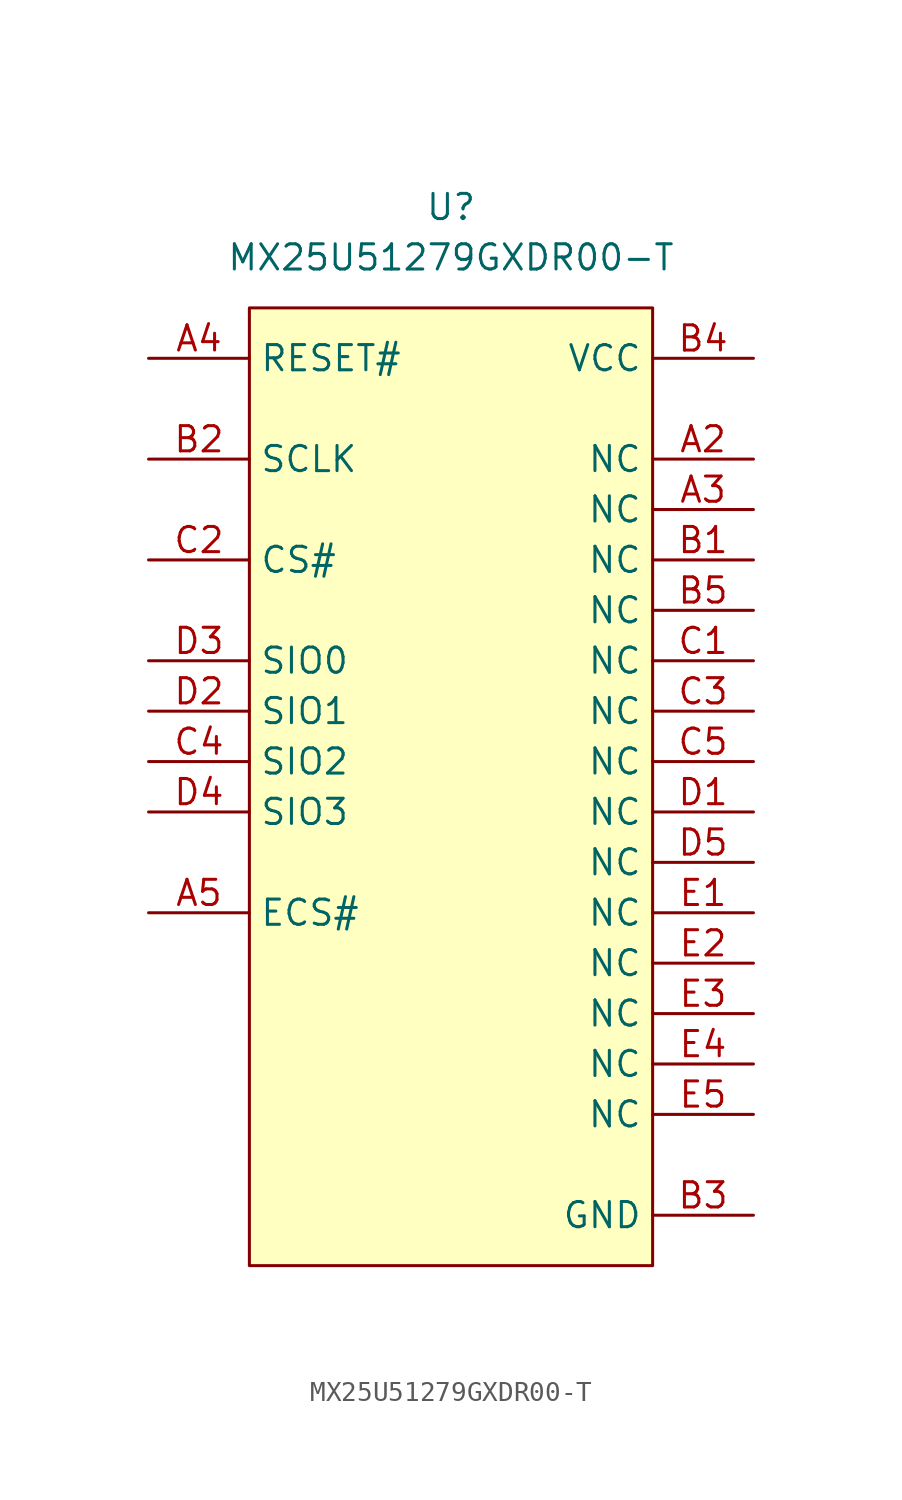
<source format=kicad_sym>
(kicad_symbol_lib
  (version 20241209)
  (generator "kicad_symbol_editor")
  (generator_version "9.0")
  (symbol "MX25U51279GXDR00-T"
    (property "Reference" "U"
      (at 0 5.08 0)
      (effects (font (size 1.27 1.27))))
    (property "Value" "MX25U51279GXDR00-T"
      (at 0 2.54 0)
      (effects (font (size 1.27 1.27))))
    (symbol "MX25U51279GXDR00-T_1_1"
      (rectangle (start -10.16 0) (end 10.16 -48.26) (stroke (width 0) (type solid)) (fill (type background)))
      (pin passive line (at -15.24 -2.54 0) (length 5.08) (name "RESET#" (effects (font (size 1.27 1.27)))) (number "A4" (effects (font (size 1.27 1.27)))))
      (pin passive line (at -15.24 -7.62 0) (length 5.08) (name "SCLK" (effects (font (size 1.27 1.27)))) (number "B2" (effects (font (size 1.27 1.27)))))
      (pin passive line (at -15.24 -12.7 0) (length 5.08) (name "CS#" (effects (font (size 1.27 1.27)))) (number "C2" (effects (font (size 1.27 1.27)))))
      (pin passive line (at -15.24 -17.78 0) (length 5.08) (name "SIO0" (effects (font (size 1.27 1.27)))) (number "D3" (effects (font (size 1.27 1.27)))))
      (pin passive line (at -15.24 -20.32 0) (length 5.08) (name "SIO1" (effects (font (size 1.27 1.27)))) (number "D2" (effects (font (size 1.27 1.27)))))
      (pin passive line (at -15.24 -22.86 0) (length 5.08) (name "SIO2" (effects (font (size 1.27 1.27)))) (number "C4" (effects (font (size 1.27 1.27)))))
      (pin passive line (at -15.24 -25.4 0) (length 5.08) (name "SIO3" (effects (font (size 1.27 1.27)))) (number "D4" (effects (font (size 1.27 1.27)))))
      (pin passive line (at -15.24 -30.48 0) (length 5.08) (name "ECS#" (effects (font (size 1.27 1.27)))) (number "A5" (effects (font (size 1.27 1.27)))))
      (pin passive line (at 15.24 -2.54 180) (length 5.08) (name "VCC" (effects (font (size 1.27 1.27)))) (number "B4" (effects (font (size 1.27 1.27)))))
      (pin passive line (at 15.24 -7.62 180) (length 5.08) (name "NC" (effects (font (size 1.27 1.27)))) (number "A2" (effects (font (size 1.27 1.27)))))
      (pin passive line (at 15.24 -10.16 180) (length 5.08) (name "NC" (effects (font (size 1.27 1.27)))) (number "A3" (effects (font (size 1.27 1.27)))))
      (pin passive line (at 15.24 -12.7 180) (length 5.08) (name "NC" (effects (font (size 1.27 1.27)))) (number "B1" (effects (font (size 1.27 1.27)))))
      (pin passive line (at 15.24 -15.24 180) (length 5.08) (name "NC" (effects (font (size 1.27 1.27)))) (number "B5" (effects (font (size 1.27 1.27)))))
      (pin passive line (at 15.24 -17.78 180) (length 5.08) (name "NC" (effects (font (size 1.27 1.27)))) (number "C1" (effects (font (size 1.27 1.27)))))
      (pin passive line (at 15.24 -20.32 180) (length 5.08) (name "NC" (effects (font (size 1.27 1.27)))) (number "C3" (effects (font (size 1.27 1.27)))))
      (pin passive line (at 15.24 -22.86 180) (length 5.08) (name "NC" (effects (font (size 1.27 1.27)))) (number "C5" (effects (font (size 1.27 1.27)))))
      (pin passive line (at 15.24 -25.4 180) (length 5.08) (name "NC" (effects (font (size 1.27 1.27)))) (number "D1" (effects (font (size 1.27 1.27)))))
      (pin passive line (at 15.24 -27.94 180) (length 5.08) (name "NC" (effects (font (size 1.27 1.27)))) (number "D5" (effects (font (size 1.27 1.27)))))
      (pin passive line (at 15.24 -30.48 180) (length 5.08) (name "NC" (effects (font (size 1.27 1.27)))) (number "E1" (effects (font (size 1.27 1.27)))))
      (pin passive line (at 15.24 -33.02 180) (length 5.08) (name "NC" (effects (font (size 1.27 1.27)))) (number "E2" (effects (font (size 1.27 1.27)))))
      (pin passive line (at 15.24 -35.56 180) (length 5.08) (name "NC" (effects (font (size 1.27 1.27)))) (number "E3" (effects (font (size 1.27 1.27)))))
      (pin passive line (at 15.24 -38.1 180) (length 5.08) (name "NC" (effects (font (size 1.27 1.27)))) (number "E4" (effects (font (size 1.27 1.27)))))
      (pin passive line (at 15.24 -40.64 180) (length 5.08) (name "NC" (effects (font (size 1.27 1.27)))) (number "E5" (effects (font (size 1.27 1.27)))))
      (pin passive line (at 15.24 -45.72 180) (length 5.08) (name "GND" (effects (font (size 1.27 1.27)))) (number "B3" (effects (font (size 1.27 1.27))))))))
</source>
